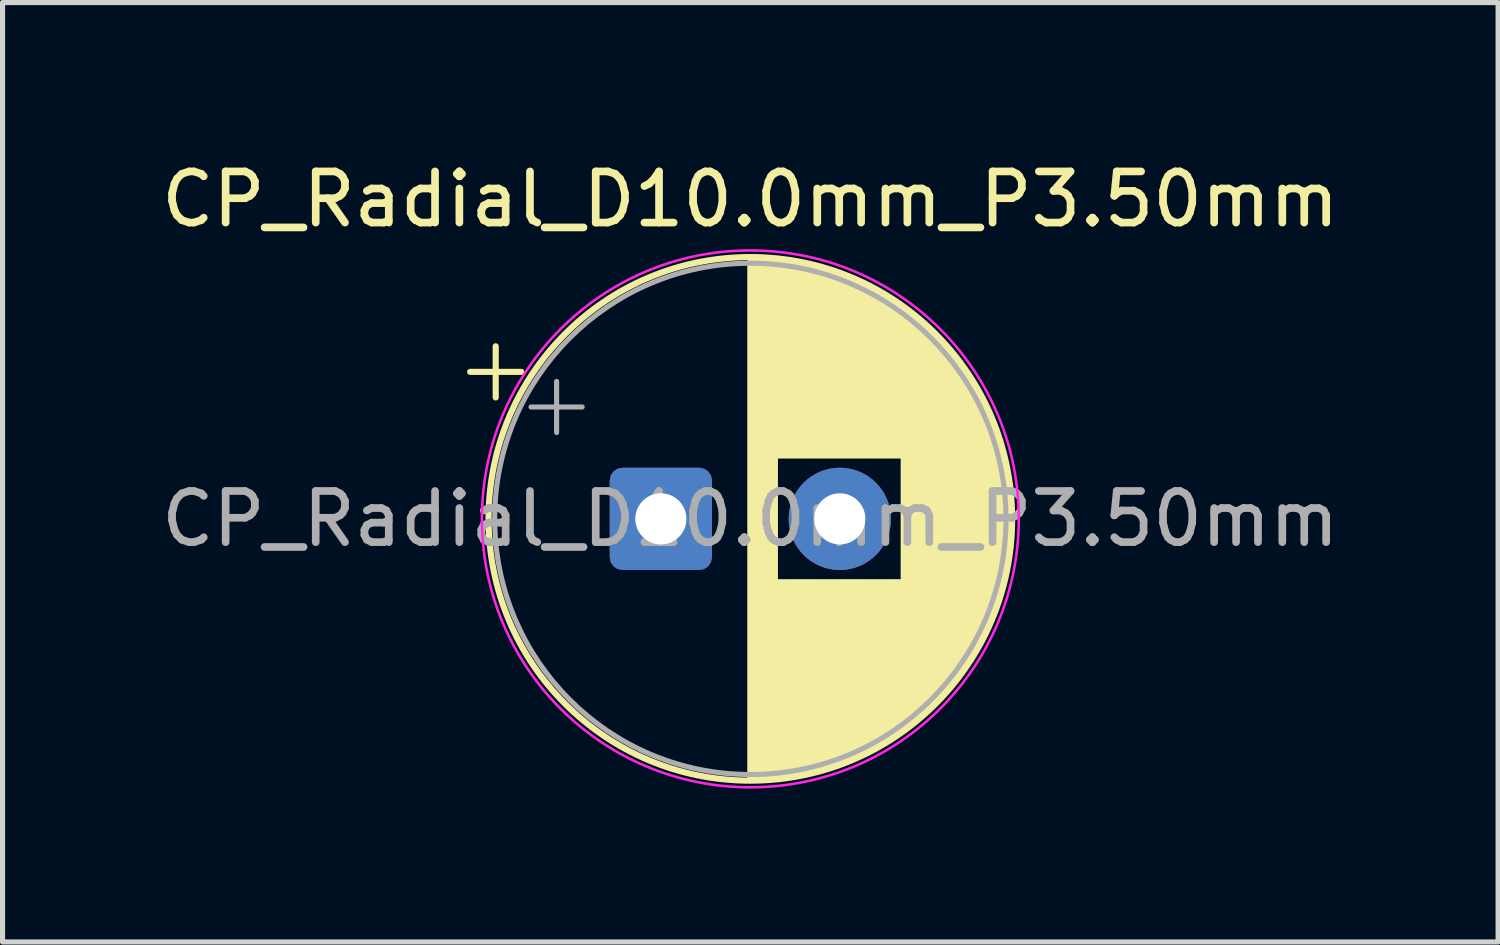
<source format=kicad_pcb>
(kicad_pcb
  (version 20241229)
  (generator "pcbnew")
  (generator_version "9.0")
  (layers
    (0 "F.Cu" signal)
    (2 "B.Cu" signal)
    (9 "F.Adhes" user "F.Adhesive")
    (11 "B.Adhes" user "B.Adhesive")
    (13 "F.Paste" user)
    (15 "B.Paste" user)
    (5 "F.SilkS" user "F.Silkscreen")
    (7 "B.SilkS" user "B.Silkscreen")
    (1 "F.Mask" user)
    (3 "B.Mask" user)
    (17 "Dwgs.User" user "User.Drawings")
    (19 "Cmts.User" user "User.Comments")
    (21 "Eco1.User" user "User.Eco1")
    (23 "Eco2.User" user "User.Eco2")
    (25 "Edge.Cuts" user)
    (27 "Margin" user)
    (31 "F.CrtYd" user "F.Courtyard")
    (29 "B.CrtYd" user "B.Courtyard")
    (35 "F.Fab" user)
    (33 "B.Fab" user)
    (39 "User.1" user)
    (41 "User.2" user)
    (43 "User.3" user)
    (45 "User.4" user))
  (footprint "CP_Radial_D10.0mm_P3.50mm"
    (layer "F.Cu")
    (at 9.875 7.098)
    (property "Reference" "CP_Radial_D10.0mm_P3.50mm" (at 1.75 -6.25 0) (layer "F.SilkS") (effects (font (size 1 1) (thickness 0.15))))
    (attr through_hole)
    (fp_line (start -3.73 -2.875) (end -2.73 -2.875) (stroke (width 0.12) (type solid)) (layer "F.SilkS"))
    (fp_line (start -3.23 -3.375) (end -3.23 -2.375) (stroke (width 0.12) (type solid)) (layer "F.SilkS"))
    (fp_line (start 1.75 -5.08) (end 1.75 5.08) (stroke (width 0.12) (type solid)) (layer "F.SilkS"))
    (fp_line (start 1.79 -5.08) (end 1.79 5.08) (stroke (width 0.12) (type solid)) (layer "F.SilkS"))
    (fp_line (start 1.83 -5.079) (end 1.83 5.079) (stroke (width 0.12) (type solid)) (layer "F.SilkS"))
    (fp_line (start 1.87 -5.079) (end 1.87 5.079) (stroke (width 0.12) (type solid)) (layer "F.SilkS"))
    (fp_line (start 1.91 -5.077) (end 1.91 5.077) (stroke (width 0.12) (type solid)) (layer "F.SilkS"))
    (fp_line (start 1.95 -5.076) (end 1.95 5.076) (stroke (width 0.12) (type solid)) (layer "F.SilkS"))
    (fp_line (start 1.99 -5.074) (end 1.99 5.074) (stroke (width 0.12) (type solid)) (layer "F.SilkS"))
    (fp_line (start 2.03 -5.072) (end 2.03 5.072) (stroke (width 0.12) (type solid)) (layer "F.SilkS"))
    (fp_line (start 2.07 -5.07) (end 2.07 5.07) (stroke (width 0.12) (type solid)) (layer "F.SilkS"))
    (fp_line (start 2.11 -5.067) (end 2.11 5.067) (stroke (width 0.12) (type solid)) (layer "F.SilkS"))
    (fp_line (start 2.15 -5.064) (end 2.15 5.064) (stroke (width 0.12) (type solid)) (layer "F.SilkS"))
    (fp_line (start 2.19 -5.061) (end 2.19 5.061) (stroke (width 0.12) (type solid)) (layer "F.SilkS"))
    (fp_line (start 2.23 -5.057) (end 2.23 5.057) (stroke (width 0.12) (type solid)) (layer "F.SilkS"))
    (fp_line (start 2.27 -5.054) (end 2.27 -1.24) (stroke (width 0.12) (type solid)) (layer "F.SilkS"))
    (fp_line (start 2.27 1.24) (end 2.27 5.054) (stroke (width 0.12) (type solid)) (layer "F.SilkS"))
    (fp_line (start 2.31 -5.049) (end 2.31 -1.24) (stroke (width 0.12) (type solid)) (layer "F.SilkS"))
    (fp_line (start 2.31 1.24) (end 2.31 5.049) (stroke (width 0.12) (type solid)) (layer "F.SilkS"))
    (fp_line (start 2.35 -5.045) (end 2.35 -1.24) (stroke (width 0.12) (type solid)) (layer "F.SilkS"))
    (fp_line (start 2.35 1.24) (end 2.35 5.045) (stroke (width 0.12) (type solid)) (layer "F.SilkS"))
    (fp_line (start 2.39 -5.04) (end 2.39 -1.24) (stroke (width 0.12) (type solid)) (layer "F.SilkS"))
    (fp_line (start 2.39 1.24) (end 2.39 5.04) (stroke (width 0.12) (type solid)) (layer "F.SilkS"))
    (fp_line (start 2.43 -5.035) (end 2.43 -1.24) (stroke (width 0.12) (type solid)) (layer "F.SilkS"))
    (fp_line (start 2.43 1.24) (end 2.43 5.035) (stroke (width 0.12) (type solid)) (layer "F.SilkS"))
    (fp_line (start 2.47 -5.029) (end 2.47 -1.24) (stroke (width 0.12) (type solid)) (layer "F.SilkS"))
    (fp_line (start 2.47 1.24) (end 2.47 5.029) (stroke (width 0.12) (type solid)) (layer "F.SilkS"))
    (fp_line (start 2.51 -5.023) (end 2.51 -1.24) (stroke (width 0.12) (type solid)) (layer "F.SilkS"))
    (fp_line (start 2.51 1.24) (end 2.51 5.023) (stroke (width 0.12) (type solid)) (layer "F.SilkS"))
    (fp_line (start 2.55 -5.017) (end 2.55 -1.24) (stroke (width 0.12) (type solid)) (layer "F.SilkS"))
    (fp_line (start 2.55 1.24) (end 2.55 5.017) (stroke (width 0.12) (type solid)) (layer "F.SilkS"))
    (fp_line (start 2.59 -5.011) (end 2.59 -1.24) (stroke (width 0.12) (type solid)) (layer "F.SilkS"))
    (fp_line (start 2.59 1.24) (end 2.59 5.011) (stroke (width 0.12) (type solid)) (layer "F.SilkS"))
    (fp_line (start 2.63 -5.004) (end 2.63 -1.24) (stroke (width 0.12) (type solid)) (layer "F.SilkS"))
    (fp_line (start 2.63 1.24) (end 2.63 5.004) (stroke (width 0.12) (type solid)) (layer "F.SilkS"))
    (fp_line (start 2.67 -4.997) (end 2.67 -1.24) (stroke (width 0.12) (type solid)) (layer "F.SilkS"))
    (fp_line (start 2.67 1.24) (end 2.67 4.997) (stroke (width 0.12) (type solid)) (layer "F.SilkS"))
    (fp_line (start 2.71 -4.989) (end 2.71 -1.24) (stroke (width 0.12) (type solid)) (layer "F.SilkS"))
    (fp_line (start 2.71 1.24) (end 2.71 4.989) (stroke (width 0.12) (type solid)) (layer "F.SilkS"))
    (fp_line (start 2.75 -4.981) (end 2.75 -1.24) (stroke (width 0.12) (type solid)) (layer "F.SilkS"))
    (fp_line (start 2.75 1.24) (end 2.75 4.981) (stroke (width 0.12) (type solid)) (layer "F.SilkS"))
    (fp_line (start 2.79 -4.973) (end 2.79 -1.24) (stroke (width 0.12) (type solid)) (layer "F.SilkS"))
    (fp_line (start 2.79 1.24) (end 2.79 4.973) (stroke (width 0.12) (type solid)) (layer "F.SilkS"))
    (fp_line (start 2.83 -4.965) (end 2.83 -1.24) (stroke (width 0.12) (type solid)) (layer "F.SilkS"))
    (fp_line (start 2.83 1.24) (end 2.83 4.965) (stroke (width 0.12) (type solid)) (layer "F.SilkS"))
    (fp_line (start 2.87 -4.956) (end 2.87 -1.24) (stroke (width 0.12) (type solid)) (layer "F.SilkS"))
    (fp_line (start 2.87 1.24) (end 2.87 4.956) (stroke (width 0.12) (type solid)) (layer "F.SilkS"))
    (fp_line (start 2.91 -4.947) (end 2.91 -1.24) (stroke (width 0.12) (type solid)) (layer "F.SilkS"))
    (fp_line (start 2.91 1.24) (end 2.91 4.947) (stroke (width 0.12) (type solid)) (layer "F.SilkS"))
    (fp_line (start 2.95 -4.937) (end 2.95 -1.24) (stroke (width 0.12) (type solid)) (layer "F.SilkS"))
    (fp_line (start 2.95 1.24) (end 2.95 4.937) (stroke (width 0.12) (type solid)) (layer "F.SilkS"))
    (fp_line (start 2.99 -4.928) (end 2.99 -1.24) (stroke (width 0.12) (type solid)) (layer "F.SilkS"))
    (fp_line (start 2.99 1.24) (end 2.99 4.928) (stroke (width 0.12) (type solid)) (layer "F.SilkS"))
    (fp_line (start 3.03 -4.917) (end 3.03 -1.24) (stroke (width 0.12) (type solid)) (layer "F.SilkS"))
    (fp_line (start 3.03 1.24) (end 3.03 4.917) (stroke (width 0.12) (type solid)) (layer "F.SilkS"))
    (fp_line (start 3.07 -4.907) (end 3.07 -1.24) (stroke (width 0.12) (type solid)) (layer "F.SilkS"))
    (fp_line (start 3.07 1.24) (end 3.07 4.907) (stroke (width 0.12) (type solid)) (layer "F.SilkS"))
    (fp_line (start 3.11 -4.896) (end 3.11 -1.24) (stroke (width 0.12) (type solid)) (layer "F.SilkS"))
    (fp_line (start 3.11 1.24) (end 3.11 4.896) (stroke (width 0.12) (type solid)) (layer "F.SilkS"))
    (fp_line (start 3.15 -4.885) (end 3.15 -1.24) (stroke (width 0.12) (type solid)) (layer "F.SilkS"))
    (fp_line (start 3.15 1.24) (end 3.15 4.885) (stroke (width 0.12) (type solid)) (layer "F.SilkS"))
    (fp_line (start 3.19 -4.873) (end 3.19 -1.24) (stroke (width 0.12) (type solid)) (layer "F.SilkS"))
    (fp_line (start 3.19 1.24) (end 3.19 4.873) (stroke (width 0.12) (type solid)) (layer "F.SilkS"))
    (fp_line (start 3.23 -4.861) (end 3.23 -1.24) (stroke (width 0.12) (type solid)) (layer "F.SilkS"))
    (fp_line (start 3.23 1.24) (end 3.23 4.861) (stroke (width 0.12) (type solid)) (layer "F.SilkS"))
    (fp_line (start 3.27 -4.849) (end 3.27 -1.24) (stroke (width 0.12) (type solid)) (layer "F.SilkS"))
    (fp_line (start 3.27 1.24) (end 3.27 4.849) (stroke (width 0.12) (type solid)) (layer "F.SilkS"))
    (fp_line (start 3.31 -4.837) (end 3.31 -1.24) (stroke (width 0.12) (type solid)) (layer "F.SilkS"))
    (fp_line (start 3.31 1.24) (end 3.31 4.837) (stroke (width 0.12) (type solid)) (layer "F.SilkS"))
    (fp_line (start 3.35 -4.824) (end 3.35 -1.24) (stroke (width 0.12) (type solid)) (layer "F.SilkS"))
    (fp_line (start 3.35 1.24) (end 3.35 4.824) (stroke (width 0.12) (type solid)) (layer "F.SilkS"))
    (fp_line (start 3.39 -4.81) (end 3.39 -1.24) (stroke (width 0.12) (type solid)) (layer "F.SilkS"))
    (fp_line (start 3.39 1.24) (end 3.39 4.81) (stroke (width 0.12) (type solid)) (layer "F.SilkS"))
    (fp_line (start 3.43 -4.797) (end 3.43 -1.24) (stroke (width 0.12) (type solid)) (layer "F.SilkS"))
    (fp_line (start 3.43 1.24) (end 3.43 4.797) (stroke (width 0.12) (type solid)) (layer "F.SilkS"))
    (fp_line (start 3.47 -4.782) (end 3.47 -1.24) (stroke (width 0.12) (type solid)) (layer "F.SilkS"))
    (fp_line (start 3.47 1.24) (end 3.47 4.782) (stroke (width 0.12) (type solid)) (layer "F.SilkS"))
    (fp_line (start 3.51 -4.768) (end 3.51 -1.24) (stroke (width 0.12) (type solid)) (layer "F.SilkS"))
    (fp_line (start 3.51 1.24) (end 3.51 4.768) (stroke (width 0.12) (type solid)) (layer "F.SilkS"))
    (fp_line (start 3.55 -4.753) (end 3.55 -1.24) (stroke (width 0.12) (type solid)) (layer "F.SilkS"))
    (fp_line (start 3.55 1.24) (end 3.55 4.753) (stroke (width 0.12) (type solid)) (layer "F.SilkS"))
    (fp_line (start 3.59 -4.738) (end 3.59 -1.24) (stroke (width 0.12) (type solid)) (layer "F.SilkS"))
    (fp_line (start 3.59 1.24) (end 3.59 4.738) (stroke (width 0.12) (type solid)) (layer "F.SilkS"))
    (fp_line (start 3.63 -4.722) (end 3.63 -1.24) (stroke (width 0.12) (type solid)) (layer "F.SilkS"))
    (fp_line (start 3.63 1.24) (end 3.63 4.722) (stroke (width 0.12) (type solid)) (layer "F.SilkS"))
    (fp_line (start 3.67 -4.706) (end 3.67 -1.24) (stroke (width 0.12) (type solid)) (layer "F.SilkS"))
    (fp_line (start 3.67 1.24) (end 3.67 4.706) (stroke (width 0.12) (type solid)) (layer "F.SilkS"))
    (fp_line (start 3.71 -4.69) (end 3.71 -1.24) (stroke (width 0.12) (type solid)) (layer "F.SilkS"))
    (fp_line (start 3.71 1.24) (end 3.71 4.69) (stroke (width 0.12) (type solid)) (layer "F.SilkS"))
    (fp_line (start 3.75 -4.673) (end 3.75 -1.24) (stroke (width 0.12) (type solid)) (layer "F.SilkS"))
    (fp_line (start 3.75 1.24) (end 3.75 4.673) (stroke (width 0.12) (type solid)) (layer "F.SilkS"))
    (fp_line (start 3.79 -4.656) (end 3.79 -1.24) (stroke (width 0.12) (type solid)) (layer "F.SilkS"))
    (fp_line (start 3.79 1.24) (end 3.79 4.656) (stroke (width 0.12) (type solid)) (layer "F.SilkS"))
    (fp_line (start 3.83 -4.638) (end 3.83 -1.24) (stroke (width 0.12) (type solid)) (layer "F.SilkS"))
    (fp_line (start 3.83 1.24) (end 3.83 4.638) (stroke (width 0.12) (type solid)) (layer "F.SilkS"))
    (fp_line (start 3.87 -4.62) (end 3.87 -1.24) (stroke (width 0.12) (type solid)) (layer "F.SilkS"))
    (fp_line (start 3.87 1.24) (end 3.87 4.62) (stroke (width 0.12) (type solid)) (layer "F.SilkS"))
    (fp_line (start 3.91 -4.602) (end 3.91 -1.24) (stroke (width 0.12) (type solid)) (layer "F.SilkS"))
    (fp_line (start 3.91 1.24) (end 3.91 4.602) (stroke (width 0.12) (type solid)) (layer "F.SilkS"))
    (fp_line (start 3.95 -4.583) (end 3.95 -1.24) (stroke (width 0.12) (type solid)) (layer "F.SilkS"))
    (fp_line (start 3.95 1.24) (end 3.95 4.583) (stroke (width 0.12) (type solid)) (layer "F.SilkS"))
    (fp_line (start 3.99 -4.564) (end 3.99 -1.24) (stroke (width 0.12) (type solid)) (layer "F.SilkS"))
    (fp_line (start 3.99 1.24) (end 3.99 4.564) (stroke (width 0.12) (type solid)) (layer "F.SilkS"))
    (fp_line (start 4.03 -4.544) (end 4.03 -1.24) (stroke (width 0.12) (type solid)) (layer "F.SilkS"))
    (fp_line (start 4.03 1.24) (end 4.03 4.544) (stroke (width 0.12) (type solid)) (layer "F.SilkS"))
    (fp_line (start 4.07 -4.524) (end 4.07 -1.24) (stroke (width 0.12) (type solid)) (layer "F.SilkS"))
    (fp_line (start 4.07 1.24) (end 4.07 4.524) (stroke (width 0.12) (type solid)) (layer "F.SilkS"))
    (fp_line (start 4.11 -4.504) (end 4.11 -1.24) (stroke (width 0.12) (type solid)) (layer "F.SilkS"))
    (fp_line (start 4.11 1.24) (end 4.11 4.504) (stroke (width 0.12) (type solid)) (layer "F.SilkS"))
    (fp_line (start 4.15 -4.483) (end 4.15 -1.24) (stroke (width 0.12) (type solid)) (layer "F.SilkS"))
    (fp_line (start 4.15 1.24) (end 4.15 4.483) (stroke (width 0.12) (type solid)) (layer "F.SilkS"))
    (fp_line (start 4.19 -4.461) (end 4.19 -1.24) (stroke (width 0.12) (type solid)) (layer "F.SilkS"))
    (fp_line (start 4.19 1.24) (end 4.19 4.461) (stroke (width 0.12) (type solid)) (layer "F.SilkS"))
    (fp_line (start 4.23 -4.439) (end 4.23 -1.24) (stroke (width 0.12) (type solid)) (layer "F.SilkS"))
    (fp_line (start 4.23 1.24) (end 4.23 4.439) (stroke (width 0.12) (type solid)) (layer "F.SilkS"))
    (fp_line (start 4.27 -4.417) (end 4.27 -1.24) (stroke (width 0.12) (type solid)) (layer "F.SilkS"))
    (fp_line (start 4.27 1.24) (end 4.27 4.417) (stroke (width 0.12) (type solid)) (layer "F.SilkS"))
    (fp_line (start 4.31 -4.394) (end 4.31 -1.24) (stroke (width 0.12) (type solid)) (layer "F.SilkS"))
    (fp_line (start 4.31 1.24) (end 4.31 4.394) (stroke (width 0.12) (type solid)) (layer "F.SilkS"))
    (fp_line (start 4.35 -4.371) (end 4.35 -1.24) (stroke (width 0.12) (type solid)) (layer "F.SilkS"))
    (fp_line (start 4.35 1.24) (end 4.35 4.371) (stroke (width 0.12) (type solid)) (layer "F.SilkS"))
    (fp_line (start 4.39 -4.347) (end 4.39 -1.24) (stroke (width 0.12) (type solid)) (layer "F.SilkS"))
    (fp_line (start 4.39 1.24) (end 4.39 4.347) (stroke (width 0.12) (type solid)) (layer "F.SilkS"))
    (fp_line (start 4.43 -4.323) (end 4.43 -1.24) (stroke (width 0.12) (type solid)) (layer "F.SilkS"))
    (fp_line (start 4.43 1.24) (end 4.43 4.323) (stroke (width 0.12) (type solid)) (layer "F.SilkS"))
    (fp_line (start 4.47 -4.298) (end 4.47 -1.24) (stroke (width 0.12) (type solid)) (layer "F.SilkS"))
    (fp_line (start 4.47 1.24) (end 4.47 4.298) (stroke (width 0.12) (type solid)) (layer "F.SilkS"))
    (fp_line (start 4.51 -4.272) (end 4.51 -1.24) (stroke (width 0.12) (type solid)) (layer "F.SilkS"))
    (fp_line (start 4.51 1.24) (end 4.51 4.272) (stroke (width 0.12) (type solid)) (layer "F.SilkS"))
    (fp_line (start 4.55 -4.247) (end 4.55 -1.24) (stroke (width 0.12) (type solid)) (layer "F.SilkS"))
    (fp_line (start 4.55 1.24) (end 4.55 4.247) (stroke (width 0.12) (type solid)) (layer "F.SilkS"))
    (fp_line (start 4.59 -4.22) (end 4.59 -1.24) (stroke (width 0.12) (type solid)) (layer "F.SilkS"))
    (fp_line (start 4.59 1.24) (end 4.59 4.22) (stroke (width 0.12) (type solid)) (layer "F.SilkS"))
    (fp_line (start 4.63 -4.193) (end 4.63 -1.24) (stroke (width 0.12) (type solid)) (layer "F.SilkS"))
    (fp_line (start 4.63 1.24) (end 4.63 4.193) (stroke (width 0.12) (type solid)) (layer "F.SilkS"))
    (fp_line (start 4.67 -4.166) (end 4.67 -1.24) (stroke (width 0.12) (type solid)) (layer "F.SilkS"))
    (fp_line (start 4.67 1.24) (end 4.67 4.166) (stroke (width 0.12) (type solid)) (layer "F.SilkS"))
    (fp_line (start 4.71 -4.138) (end 4.71 -1.24) (stroke (width 0.12) (type solid)) (layer "F.SilkS"))
    (fp_line (start 4.71 1.24) (end 4.71 4.138) (stroke (width 0.12) (type solid)) (layer "F.SilkS"))
    (fp_line (start 4.75 -4.109) (end 4.75 4.109) (stroke (width 0.12) (type solid)) (layer "F.SilkS"))
    (fp_line (start 4.79 -4.08) (end 4.79 4.08) (stroke (width 0.12) (type solid)) (layer "F.SilkS"))
    (fp_line (start 4.83 -4.05) (end 4.83 4.05) (stroke (width 0.12) (type solid)) (layer "F.SilkS"))
    (fp_line (start 4.87 -4.02) (end 4.87 4.02) (stroke (width 0.12) (type solid)) (layer "F.SilkS"))
    (fp_line (start 4.91 -3.988) (end 4.91 3.988) (stroke (width 0.12) (type solid)) (layer "F.SilkS"))
    (fp_line (start 4.95 -3.957) (end 4.95 3.957) (stroke (width 0.12) (type solid)) (layer "F.SilkS"))
    (fp_line (start 4.99 -3.924) (end 4.99 3.924) (stroke (width 0.12) (type solid)) (layer "F.SilkS"))
    (fp_line (start 5.03 -3.891) (end 5.03 3.891) (stroke (width 0.12) (type solid)) (layer "F.SilkS"))
    (fp_line (start 5.07 -3.858) (end 5.07 3.858) (stroke (width 0.12) (type solid)) (layer "F.SilkS"))
    (fp_line (start 5.11 -3.823) (end 5.11 3.823) (stroke (width 0.12) (type solid)) (layer "F.SilkS"))
    (fp_line (start 5.15 -3.788) (end 5.15 3.788) (stroke (width 0.12) (type solid)) (layer "F.SilkS"))
    (fp_line (start 5.19 -3.752) (end 5.19 3.752) (stroke (width 0.12) (type solid)) (layer "F.SilkS"))
    (fp_line (start 5.23 -3.716) (end 5.23 3.716) (stroke (width 0.12) (type solid)) (layer "F.SilkS"))
    (fp_line (start 5.27 -3.678) (end 5.27 3.678) (stroke (width 0.12) (type solid)) (layer "F.SilkS"))
    (fp_line (start 5.31 -3.64) (end 5.31 3.64) (stroke (width 0.12) (type solid)) (layer "F.SilkS"))
    (fp_line (start 5.35 -3.601) (end 5.35 3.601) (stroke (width 0.12) (type solid)) (layer "F.SilkS"))
    (fp_line (start 5.39 -3.561) (end 5.39 3.561) (stroke (width 0.12) (type solid)) (layer "F.SilkS"))
    (fp_line (start 5.43 -3.52) (end 5.43 3.52) (stroke (width 0.12) (type solid)) (layer "F.SilkS"))
    (fp_line (start 5.47 -3.478) (end 5.47 3.478) (stroke (width 0.12) (type solid)) (layer "F.SilkS"))
    (fp_line (start 5.51 -3.435) (end 5.51 3.435) (stroke (width 0.12) (type solid)) (layer "F.SilkS"))
    (fp_line (start 5.55 -3.391) (end 5.55 3.391) (stroke (width 0.12) (type solid)) (layer "F.SilkS"))
    (fp_line (start 5.59 -3.347) (end 5.59 3.347) (stroke (width 0.12) (type solid)) (layer "F.SilkS"))
    (fp_line (start 5.63 -3.301) (end 5.63 3.301) (stroke (width 0.12) (type solid)) (layer "F.SilkS"))
    (fp_line (start 5.67 -3.254) (end 5.67 3.254) (stroke (width 0.12) (type solid)) (layer "F.SilkS"))
    (fp_line (start 5.71 -3.205) (end 5.71 3.205) (stroke (width 0.12) (type solid)) (layer "F.SilkS"))
    (fp_line (start 5.75 -3.156) (end 5.75 3.156) (stroke (width 0.12) (type solid)) (layer "F.SilkS"))
    (fp_line (start 5.79 -3.105) (end 5.79 3.105) (stroke (width 0.12) (type solid)) (layer "F.SilkS"))
    (fp_line (start 5.83 -3.053) (end 5.83 3.053) (stroke (width 0.12) (type solid)) (layer "F.SilkS"))
    (fp_line (start 5.87 -3) (end 5.87 3) (stroke (width 0.12) (type solid)) (layer "F.SilkS"))
    (fp_line (start 5.91 -2.945) (end 5.91 2.945) (stroke (width 0.12) (type solid)) (layer "F.SilkS"))
    (fp_line (start 5.95 -2.888) (end 5.95 2.888) (stroke (width 0.12) (type solid)) (layer "F.SilkS"))
    (fp_line (start 5.99 -2.83) (end 5.99 2.83) (stroke (width 0.12) (type solid)) (layer "F.SilkS"))
    (fp_line (start 6.03 -2.77) (end 6.03 2.77) (stroke (width 0.12) (type solid)) (layer "F.SilkS"))
    (fp_line (start 6.07 -2.708) (end 6.07 2.708) (stroke (width 0.12) (type solid)) (layer "F.SilkS"))
    (fp_line (start 6.11 -2.644) (end 6.11 2.644) (stroke (width 0.12) (type solid)) (layer "F.SilkS"))
    (fp_line (start 6.15 -2.578) (end 6.15 2.578) (stroke (width 0.12) (type solid)) (layer "F.SilkS"))
    (fp_line (start 6.19 -2.51) (end 6.19 2.51) (stroke (width 0.12) (type solid)) (layer "F.SilkS"))
    (fp_line (start 6.23 -2.439) (end 6.23 2.439) (stroke (width 0.12) (type solid)) (layer "F.SilkS"))
    (fp_line (start 6.27 -2.365) (end 6.27 2.365) (stroke (width 0.12) (type solid)) (layer "F.SilkS"))
    (fp_line (start 6.31 -2.288) (end 6.31 2.288) (stroke (width 0.12) (type solid)) (layer "F.SilkS"))
    (fp_line (start 6.35 -2.208) (end 6.35 2.208) (stroke (width 0.12) (type solid)) (layer "F.SilkS"))
    (fp_line (start 6.39 -2.124) (end 6.39 2.124) (stroke (width 0.12) (type solid)) (layer "F.SilkS"))
    (fp_line (start 6.43 -2.037) (end 6.43 2.037) (stroke (width 0.12) (type solid)) (layer "F.SilkS"))
    (fp_line (start 6.47 -1.944) (end 6.47 1.944) (stroke (width 0.12) (type solid)) (layer "F.SilkS"))
    (fp_line (start 6.51 -1.846) (end 6.51 1.846) (stroke (width 0.12) (type solid)) (layer "F.SilkS"))
    (fp_line (start 6.55 -1.742) (end 6.55 1.742) (stroke (width 0.12) (type solid)) (layer "F.SilkS"))
    (fp_line (start 6.59 -1.63) (end 6.59 1.63) (stroke (width 0.12) (type solid)) (layer "F.SilkS"))
    (fp_line (start 6.63 -1.509) (end 6.63 1.509) (stroke (width 0.12) (type solid)) (layer "F.SilkS"))
    (fp_line (start 6.67 -1.377) (end 6.67 1.377) (stroke (width 0.12) (type solid)) (layer "F.SilkS"))
    (fp_line (start 6.71 -1.23) (end 6.71 1.23) (stroke (width 0.12) (type solid)) (layer "F.SilkS"))
    (fp_line (start 6.75 -1.062) (end 6.75 1.062) (stroke (width 0.12) (type solid)) (layer "F.SilkS"))
    (fp_line (start 6.79 -0.862) (end 6.79 0.862) (stroke (width 0.12) (type solid)) (layer "F.SilkS"))
    (fp_line (start 6.83 -0.599) (end 6.83 0.599) (stroke (width 0.12) (type solid)) (layer "F.SilkS"))
    (fp_circle (center 1.75 0) (end 6.87 0) (stroke (width 0.12) (type solid)) (fill no) (layer "F.SilkS"))
    (fp_circle (center 1.75 0) (end 7 0) (stroke (width 0.05) (type solid)) (fill no) (layer "F.CrtYd"))
    (fp_line (start -2.539 -2.188) (end -1.539 -2.188) (stroke (width 0.1) (type solid)) (layer "F.Fab"))
    (fp_line (start -2.039 -2.688) (end -2.039 -1.688) (stroke (width 0.1) (type solid)) (layer "F.Fab"))
    (fp_circle (center 1.75 0) (end 6.75 0) (stroke (width 0.1) (type solid)) (fill no) (layer "F.Fab"))
    (fp_text user "${REFERENCE}" (at 1.75 0 0) (layer "F.Fab") (effects (font (size 1 1) (thickness 0.15))))
    (pad "1" thru_hole roundrect (at 0 0) (size 2 2) (drill 1) (layers "*.Cu" "*.Mask") (roundrect_rratio 0.125))
    (pad "2" thru_hole circle (at 3.5 0) (size 2 2) (drill 1) (layers "*.Cu" "*.Mask")))
  (gr_rect
    (start -3 -3)
    (end 26.25 15.373)
    (stroke (width 0.1) (type default))
    (fill no)
    (layer "Edge.Cuts")))
</source>
